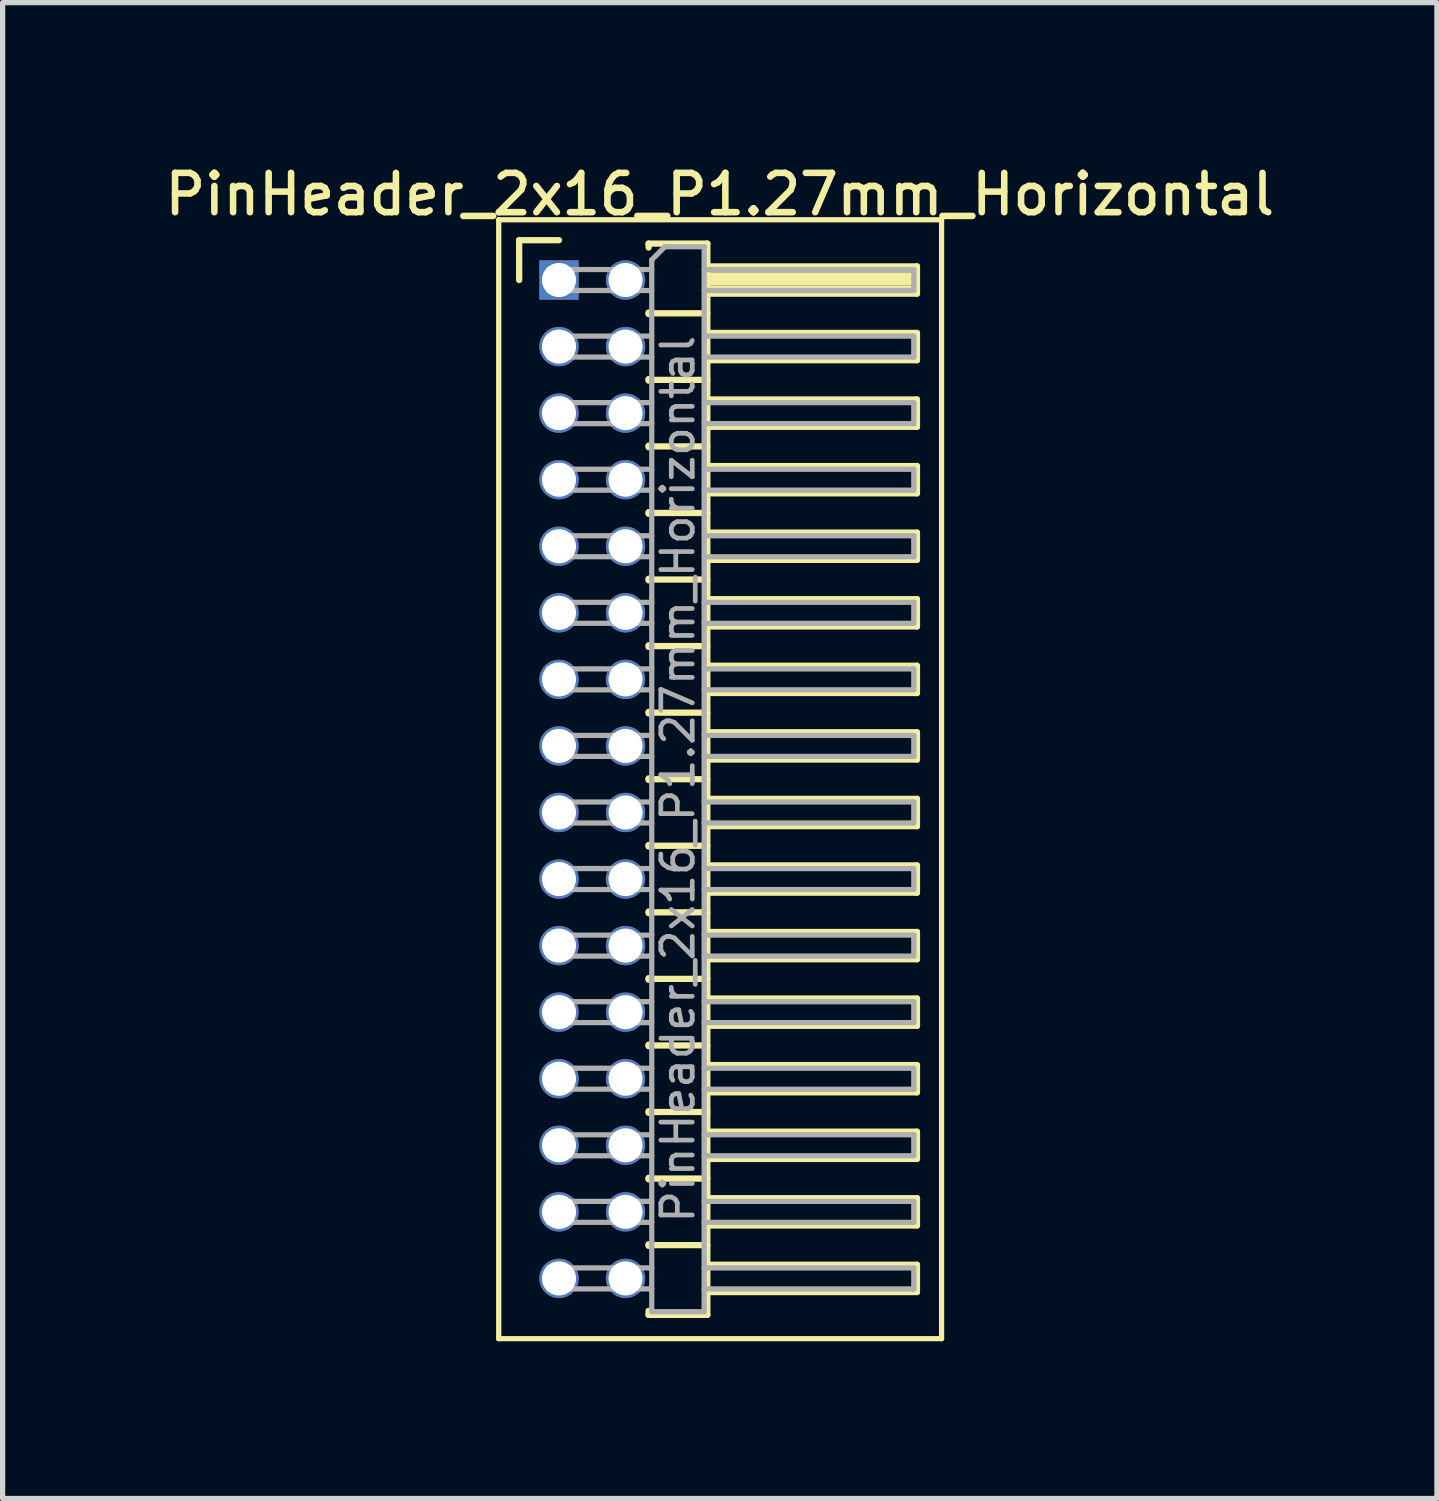
<source format=kicad_pcb>
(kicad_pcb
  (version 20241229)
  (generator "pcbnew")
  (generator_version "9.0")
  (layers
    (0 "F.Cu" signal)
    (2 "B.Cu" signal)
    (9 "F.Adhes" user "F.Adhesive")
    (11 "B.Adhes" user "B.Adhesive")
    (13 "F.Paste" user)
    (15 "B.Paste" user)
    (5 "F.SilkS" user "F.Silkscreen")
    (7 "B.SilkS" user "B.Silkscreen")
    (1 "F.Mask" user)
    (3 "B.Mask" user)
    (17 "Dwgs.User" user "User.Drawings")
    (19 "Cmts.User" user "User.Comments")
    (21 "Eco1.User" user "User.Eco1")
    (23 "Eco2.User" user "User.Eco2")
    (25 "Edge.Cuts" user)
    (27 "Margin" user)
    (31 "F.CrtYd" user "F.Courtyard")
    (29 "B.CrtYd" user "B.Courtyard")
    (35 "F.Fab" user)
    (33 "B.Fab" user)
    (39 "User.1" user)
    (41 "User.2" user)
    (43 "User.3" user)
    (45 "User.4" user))
  (footprint "PinHeader_2x16_P1.27mm_Horizontal"
    (layer "F.Cu")
    (at 7.616 2.293)
    (property "Reference" "PinHeader_2x16_P1.27mm_Horizontal" (at 3.067 -1.635 0) (layer "F.SilkS") (effects (font (size 0.75 0.75) (thickness 0.125))))
    (attr through_hole)
    (fp_line (start -1.15 -1.15) (end -1.15 20.2) (stroke (width 0.1) (type solid)) (layer "F.SilkS"))
    (fp_line (start -1.15 20.2) (end 7.3 20.2) (stroke (width 0.1) (type solid)) (layer "F.SilkS"))
    (fp_line (start -0.76 -0.76) (end 0 -0.76) (stroke (width 0.12) (type solid)) (layer "F.SilkS"))
    (fp_line (start -0.76 0) (end -0.76 -0.76) (stroke (width 0.12) (type solid)) (layer "F.SilkS"))
    (fp_line (start 1.71 -0.695) (end 2.83 -0.695) (stroke (width 0.12) (type solid)) (layer "F.SilkS"))
    (fp_line (start 1.71 -0.62) (end 1.71 -0.695) (stroke (width 0.12) (type solid)) (layer "F.SilkS"))
    (fp_line (start 1.71 0.62) (end 1.71 0.65) (stroke (width 0.12) (type solid)) (layer "F.SilkS"))
    (fp_line (start 1.71 0.635) (end 2.83 0.635) (stroke (width 0.12) (type solid)) (layer "F.SilkS"))
    (fp_line (start 1.71 1.89) (end 1.71 1.92) (stroke (width 0.12) (type solid)) (layer "F.SilkS"))
    (fp_line (start 1.71 1.905) (end 2.83 1.905) (stroke (width 0.12) (type solid)) (layer "F.SilkS"))
    (fp_line (start 1.71 3.16) (end 1.71 3.19) (stroke (width 0.12) (type solid)) (layer "F.SilkS"))
    (fp_line (start 1.71 3.175) (end 2.83 3.175) (stroke (width 0.12) (type solid)) (layer "F.SilkS"))
    (fp_line (start 1.71 4.43) (end 1.71 4.46) (stroke (width 0.12) (type solid)) (layer "F.SilkS"))
    (fp_line (start 1.71 4.445) (end 2.83 4.445) (stroke (width 0.12) (type solid)) (layer "F.SilkS"))
    (fp_line (start 1.71 5.7) (end 1.71 5.73) (stroke (width 0.12) (type solid)) (layer "F.SilkS"))
    (fp_line (start 1.71 5.715) (end 2.83 5.715) (stroke (width 0.12) (type solid)) (layer "F.SilkS"))
    (fp_line (start 1.71 6.97) (end 1.71 7) (stroke (width 0.12) (type solid)) (layer "F.SilkS"))
    (fp_line (start 1.71 6.985) (end 2.83 6.985) (stroke (width 0.12) (type solid)) (layer "F.SilkS"))
    (fp_line (start 1.71 8.24) (end 1.71 8.27) (stroke (width 0.12) (type solid)) (layer "F.SilkS"))
    (fp_line (start 1.71 8.255) (end 2.83 8.255) (stroke (width 0.12) (type solid)) (layer "F.SilkS"))
    (fp_line (start 1.71 9.51) (end 1.71 9.54) (stroke (width 0.12) (type solid)) (layer "F.SilkS"))
    (fp_line (start 1.71 9.525) (end 2.83 9.525) (stroke (width 0.12) (type solid)) (layer "F.SilkS"))
    (fp_line (start 1.71 10.78) (end 1.71 10.81) (stroke (width 0.12) (type solid)) (layer "F.SilkS"))
    (fp_line (start 1.71 10.795) (end 2.83 10.795) (stroke (width 0.12) (type solid)) (layer "F.SilkS"))
    (fp_line (start 1.71 12.05) (end 1.71 12.08) (stroke (width 0.12) (type solid)) (layer "F.SilkS"))
    (fp_line (start 1.71 12.065) (end 2.83 12.065) (stroke (width 0.12) (type solid)) (layer "F.SilkS"))
    (fp_line (start 1.71 13.32) (end 1.71 13.35) (stroke (width 0.12) (type solid)) (layer "F.SilkS"))
    (fp_line (start 1.71 13.335) (end 2.83 13.335) (stroke (width 0.12) (type solid)) (layer "F.SilkS"))
    (fp_line (start 1.71 14.59) (end 1.71 14.62) (stroke (width 0.12) (type solid)) (layer "F.SilkS"))
    (fp_line (start 1.71 14.605) (end 2.83 14.605) (stroke (width 0.12) (type solid)) (layer "F.SilkS"))
    (fp_line (start 1.71 15.86) (end 1.71 15.89) (stroke (width 0.12) (type solid)) (layer "F.SilkS"))
    (fp_line (start 1.71 15.875) (end 2.83 15.875) (stroke (width 0.12) (type solid)) (layer "F.SilkS"))
    (fp_line (start 1.71 17.13) (end 1.71 17.16) (stroke (width 0.12) (type solid)) (layer "F.SilkS"))
    (fp_line (start 1.71 17.145) (end 2.83 17.145) (stroke (width 0.12) (type solid)) (layer "F.SilkS"))
    (fp_line (start 1.71 18.4) (end 1.71 18.43) (stroke (width 0.12) (type solid)) (layer "F.SilkS"))
    (fp_line (start 1.71 18.415) (end 2.83 18.415) (stroke (width 0.12) (type solid)) (layer "F.SilkS"))
    (fp_line (start 1.71 19.745) (end 1.71 19.67) (stroke (width 0.12) (type solid)) (layer "F.SilkS"))
    (fp_line (start 2.83 -0.695) (end 2.83 19.745) (stroke (width 0.12) (type solid)) (layer "F.SilkS"))
    (fp_line (start 2.83 -0.26) (end 6.83 -0.26) (stroke (width 0.12) (type solid)) (layer "F.SilkS"))
    (fp_line (start 2.83 -0.2) (end 6.83 -0.2) (stroke (width 0.12) (type solid)) (layer "F.SilkS"))
    (fp_line (start 2.83 -0.08) (end 6.83 -0.08) (stroke (width 0.12) (type solid)) (layer "F.SilkS"))
    (fp_line (start 2.83 0.04) (end 6.83 0.04) (stroke (width 0.12) (type solid)) (layer "F.SilkS"))
    (fp_line (start 2.83 0.16) (end 6.83 0.16) (stroke (width 0.12) (type solid)) (layer "F.SilkS"))
    (fp_line (start 2.83 1.01) (end 6.83 1.01) (stroke (width 0.12) (type solid)) (layer "F.SilkS"))
    (fp_line (start 2.83 2.28) (end 6.83 2.28) (stroke (width 0.12) (type solid)) (layer "F.SilkS"))
    (fp_line (start 2.83 3.55) (end 6.83 3.55) (stroke (width 0.12) (type solid)) (layer "F.SilkS"))
    (fp_line (start 2.83 4.82) (end 6.83 4.82) (stroke (width 0.12) (type solid)) (layer "F.SilkS"))
    (fp_line (start 2.83 6.09) (end 6.83 6.09) (stroke (width 0.12) (type solid)) (layer "F.SilkS"))
    (fp_line (start 2.83 7.36) (end 6.83 7.36) (stroke (width 0.12) (type solid)) (layer "F.SilkS"))
    (fp_line (start 2.83 8.63) (end 6.83 8.63) (stroke (width 0.12) (type solid)) (layer "F.SilkS"))
    (fp_line (start 2.83 9.9) (end 6.83 9.9) (stroke (width 0.12) (type solid)) (layer "F.SilkS"))
    (fp_line (start 2.83 11.17) (end 6.83 11.17) (stroke (width 0.12) (type solid)) (layer "F.SilkS"))
    (fp_line (start 2.83 12.44) (end 6.83 12.44) (stroke (width 0.12) (type solid)) (layer "F.SilkS"))
    (fp_line (start 2.83 13.71) (end 6.83 13.71) (stroke (width 0.12) (type solid)) (layer "F.SilkS"))
    (fp_line (start 2.83 14.98) (end 6.83 14.98) (stroke (width 0.12) (type solid)) (layer "F.SilkS"))
    (fp_line (start 2.83 16.25) (end 6.83 16.25) (stroke (width 0.12) (type solid)) (layer "F.SilkS"))
    (fp_line (start 2.83 17.52) (end 6.83 17.52) (stroke (width 0.12) (type solid)) (layer "F.SilkS"))
    (fp_line (start 2.83 18.79) (end 6.83 18.79) (stroke (width 0.12) (type solid)) (layer "F.SilkS"))
    (fp_line (start 2.83 19.745) (end 1.71 19.745) (stroke (width 0.12) (type solid)) (layer "F.SilkS"))
    (fp_line (start 6.83 -0.26) (end 6.83 0.26) (stroke (width 0.12) (type solid)) (layer "F.SilkS"))
    (fp_line (start 6.83 0.26) (end 2.83 0.26) (stroke (width 0.12) (type solid)) (layer "F.SilkS"))
    (fp_line (start 6.83 1.01) (end 6.83 1.53) (stroke (width 0.12) (type solid)) (layer "F.SilkS"))
    (fp_line (start 6.83 1.53) (end 2.83 1.53) (stroke (width 0.12) (type solid)) (layer "F.SilkS"))
    (fp_line (start 6.83 2.28) (end 6.83 2.8) (stroke (width 0.12) (type solid)) (layer "F.SilkS"))
    (fp_line (start 6.83 2.8) (end 2.83 2.8) (stroke (width 0.12) (type solid)) (layer "F.SilkS"))
    (fp_line (start 6.83 3.55) (end 6.83 4.07) (stroke (width 0.12) (type solid)) (layer "F.SilkS"))
    (fp_line (start 6.83 4.07) (end 2.83 4.07) (stroke (width 0.12) (type solid)) (layer "F.SilkS"))
    (fp_line (start 6.83 4.82) (end 6.83 5.34) (stroke (width 0.12) (type solid)) (layer "F.SilkS"))
    (fp_line (start 6.83 5.34) (end 2.83 5.34) (stroke (width 0.12) (type solid)) (layer "F.SilkS"))
    (fp_line (start 6.83 6.09) (end 6.83 6.61) (stroke (width 0.12) (type solid)) (layer "F.SilkS"))
    (fp_line (start 6.83 6.61) (end 2.83 6.61) (stroke (width 0.12) (type solid)) (layer "F.SilkS"))
    (fp_line (start 6.83 7.36) (end 6.83 7.88) (stroke (width 0.12) (type solid)) (layer "F.SilkS"))
    (fp_line (start 6.83 7.88) (end 2.83 7.88) (stroke (width 0.12) (type solid)) (layer "F.SilkS"))
    (fp_line (start 6.83 8.63) (end 6.83 9.15) (stroke (width 0.12) (type solid)) (layer "F.SilkS"))
    (fp_line (start 6.83 9.15) (end 2.83 9.15) (stroke (width 0.12) (type solid)) (layer "F.SilkS"))
    (fp_line (start 6.83 9.9) (end 6.83 10.42) (stroke (width 0.12) (type solid)) (layer "F.SilkS"))
    (fp_line (start 6.83 10.42) (end 2.83 10.42) (stroke (width 0.12) (type solid)) (layer "F.SilkS"))
    (fp_line (start 6.83 11.17) (end 6.83 11.69) (stroke (width 0.12) (type solid)) (layer "F.SilkS"))
    (fp_line (start 6.83 11.69) (end 2.83 11.69) (stroke (width 0.12) (type solid)) (layer "F.SilkS"))
    (fp_line (start 6.83 12.44) (end 6.83 12.96) (stroke (width 0.12) (type solid)) (layer "F.SilkS"))
    (fp_line (start 6.83 12.96) (end 2.83 12.96) (stroke (width 0.12) (type solid)) (layer "F.SilkS"))
    (fp_line (start 6.83 13.71) (end 6.83 14.23) (stroke (width 0.12) (type solid)) (layer "F.SilkS"))
    (fp_line (start 6.83 14.23) (end 2.83 14.23) (stroke (width 0.12) (type solid)) (layer "F.SilkS"))
    (fp_line (start 6.83 14.98) (end 6.83 15.5) (stroke (width 0.12) (type solid)) (layer "F.SilkS"))
    (fp_line (start 6.83 15.5) (end 2.83 15.5) (stroke (width 0.12) (type solid)) (layer "F.SilkS"))
    (fp_line (start 6.83 16.25) (end 6.83 16.77) (stroke (width 0.12) (type solid)) (layer "F.SilkS"))
    (fp_line (start 6.83 16.77) (end 2.83 16.77) (stroke (width 0.12) (type solid)) (layer "F.SilkS"))
    (fp_line (start 6.83 17.52) (end 6.83 18.04) (stroke (width 0.12) (type solid)) (layer "F.SilkS"))
    (fp_line (start 6.83 18.04) (end 2.83 18.04) (stroke (width 0.12) (type solid)) (layer "F.SilkS"))
    (fp_line (start 6.83 18.79) (end 6.83 19.31) (stroke (width 0.12) (type solid)) (layer "F.SilkS"))
    (fp_line (start 6.83 19.31) (end 2.83 19.31) (stroke (width 0.12) (type solid)) (layer "F.SilkS"))
    (fp_line (start 7.3 -1.15) (end -1.15 -1.15) (stroke (width 0.1) (type solid)) (layer "F.SilkS"))
    (fp_line (start 7.3 20.2) (end 7.3 -1.15) (stroke (width 0.1) (type solid)) (layer "F.SilkS"))
    (fp_line (start -0.2 -0.2) (end -0.2 0.2) (stroke (width 0.1) (type solid)) (layer "F.Fab"))
    (fp_line (start -0.2 -0.2) (end 1.77 -0.2) (stroke (width 0.1) (type solid)) (layer "F.Fab"))
    (fp_line (start -0.2 0.2) (end 1.77 0.2) (stroke (width 0.1) (type solid)) (layer "F.Fab"))
    (fp_line (start -0.2 1.07) (end -0.2 1.47) (stroke (width 0.1) (type solid)) (layer "F.Fab"))
    (fp_line (start -0.2 1.07) (end 1.77 1.07) (stroke (width 0.1) (type solid)) (layer "F.Fab"))
    (fp_line (start -0.2 1.47) (end 1.77 1.47) (stroke (width 0.1) (type solid)) (layer "F.Fab"))
    (fp_line (start -0.2 2.34) (end -0.2 2.74) (stroke (width 0.1) (type solid)) (layer "F.Fab"))
    (fp_line (start -0.2 2.34) (end 1.77 2.34) (stroke (width 0.1) (type solid)) (layer "F.Fab"))
    (fp_line (start -0.2 2.74) (end 1.77 2.74) (stroke (width 0.1) (type solid)) (layer "F.Fab"))
    (fp_line (start -0.2 3.61) (end -0.2 4.01) (stroke (width 0.1) (type solid)) (layer "F.Fab"))
    (fp_line (start -0.2 3.61) (end 1.77 3.61) (stroke (width 0.1) (type solid)) (layer "F.Fab"))
    (fp_line (start -0.2 4.01) (end 1.77 4.01) (stroke (width 0.1) (type solid)) (layer "F.Fab"))
    (fp_line (start -0.2 4.88) (end -0.2 5.28) (stroke (width 0.1) (type solid)) (layer "F.Fab"))
    (fp_line (start -0.2 4.88) (end 1.77 4.88) (stroke (width 0.1) (type solid)) (layer "F.Fab"))
    (fp_line (start -0.2 5.28) (end 1.77 5.28) (stroke (width 0.1) (type solid)) (layer "F.Fab"))
    (fp_line (start -0.2 6.15) (end -0.2 6.55) (stroke (width 0.1) (type solid)) (layer "F.Fab"))
    (fp_line (start -0.2 6.15) (end 1.77 6.15) (stroke (width 0.1) (type solid)) (layer "F.Fab"))
    (fp_line (start -0.2 6.55) (end 1.77 6.55) (stroke (width 0.1) (type solid)) (layer "F.Fab"))
    (fp_line (start -0.2 7.42) (end -0.2 7.82) (stroke (width 0.1) (type solid)) (layer "F.Fab"))
    (fp_line (start -0.2 7.42) (end 1.77 7.42) (stroke (width 0.1) (type solid)) (layer "F.Fab"))
    (fp_line (start -0.2 7.82) (end 1.77 7.82) (stroke (width 0.1) (type solid)) (layer "F.Fab"))
    (fp_line (start -0.2 8.69) (end -0.2 9.09) (stroke (width 0.1) (type solid)) (layer "F.Fab"))
    (fp_line (start -0.2 8.69) (end 1.77 8.69) (stroke (width 0.1) (type solid)) (layer "F.Fab"))
    (fp_line (start -0.2 9.09) (end 1.77 9.09) (stroke (width 0.1) (type solid)) (layer "F.Fab"))
    (fp_line (start -0.2 9.96) (end -0.2 10.36) (stroke (width 0.1) (type solid)) (layer "F.Fab"))
    (fp_line (start -0.2 9.96) (end 1.77 9.96) (stroke (width 0.1) (type solid)) (layer "F.Fab"))
    (fp_line (start -0.2 10.36) (end 1.77 10.36) (stroke (width 0.1) (type solid)) (layer "F.Fab"))
    (fp_line (start -0.2 11.23) (end -0.2 11.63) (stroke (width 0.1) (type solid)) (layer "F.Fab"))
    (fp_line (start -0.2 11.23) (end 1.77 11.23) (stroke (width 0.1) (type solid)) (layer "F.Fab"))
    (fp_line (start -0.2 11.63) (end 1.77 11.63) (stroke (width 0.1) (type solid)) (layer "F.Fab"))
    (fp_line (start -0.2 12.5) (end -0.2 12.9) (stroke (width 0.1) (type solid)) (layer "F.Fab"))
    (fp_line (start -0.2 12.5) (end 1.77 12.5) (stroke (width 0.1) (type solid)) (layer "F.Fab"))
    (fp_line (start -0.2 12.9) (end 1.77 12.9) (stroke (width 0.1) (type solid)) (layer "F.Fab"))
    (fp_line (start -0.2 13.77) (end -0.2 14.17) (stroke (width 0.1) (type solid)) (layer "F.Fab"))
    (fp_line (start -0.2 13.77) (end 1.77 13.77) (stroke (width 0.1) (type solid)) (layer "F.Fab"))
    (fp_line (start -0.2 14.17) (end 1.77 14.17) (stroke (width 0.1) (type solid)) (layer "F.Fab"))
    (fp_line (start -0.2 15.04) (end -0.2 15.44) (stroke (width 0.1) (type solid)) (layer "F.Fab"))
    (fp_line (start -0.2 15.04) (end 1.77 15.04) (stroke (width 0.1) (type solid)) (layer "F.Fab"))
    (fp_line (start -0.2 15.44) (end 1.77 15.44) (stroke (width 0.1) (type solid)) (layer "F.Fab"))
    (fp_line (start -0.2 16.31) (end -0.2 16.71) (stroke (width 0.1) (type solid)) (layer "F.Fab"))
    (fp_line (start -0.2 16.31) (end 1.77 16.31) (stroke (width 0.1) (type solid)) (layer "F.Fab"))
    (fp_line (start -0.2 16.71) (end 1.77 16.71) (stroke (width 0.1) (type solid)) (layer "F.Fab"))
    (fp_line (start -0.2 17.58) (end -0.2 17.98) (stroke (width 0.1) (type solid)) (layer "F.Fab"))
    (fp_line (start -0.2 17.58) (end 1.77 17.58) (stroke (width 0.1) (type solid)) (layer "F.Fab"))
    (fp_line (start -0.2 17.98) (end 1.77 17.98) (stroke (width 0.1) (type solid)) (layer "F.Fab"))
    (fp_line (start -0.2 18.85) (end -0.2 19.25) (stroke (width 0.1) (type solid)) (layer "F.Fab"))
    (fp_line (start -0.2 18.85) (end 1.77 18.85) (stroke (width 0.1) (type solid)) (layer "F.Fab"))
    (fp_line (start -0.2 19.25) (end 1.77 19.25) (stroke (width 0.1) (type solid)) (layer "F.Fab"))
    (fp_line (start 1.77 -0.385) (end 2.02 -0.635) (stroke (width 0.1) (type solid)) (layer "F.Fab"))
    (fp_line (start 1.77 19.685) (end 1.77 -0.385) (stroke (width 0.1) (type solid)) (layer "F.Fab"))
    (fp_line (start 2.02 -0.635) (end 2.77 -0.635) (stroke (width 0.1) (type solid)) (layer "F.Fab"))
    (fp_line (start 2.77 -0.635) (end 2.77 19.685) (stroke (width 0.1) (type solid)) (layer "F.Fab"))
    (fp_line (start 2.77 -0.2) (end 6.77 -0.2) (stroke (width 0.1) (type solid)) (layer "F.Fab"))
    (fp_line (start 2.77 0.2) (end 6.77 0.2) (stroke (width 0.1) (type solid)) (layer "F.Fab"))
    (fp_line (start 2.77 1.07) (end 6.77 1.07) (stroke (width 0.1) (type solid)) (layer "F.Fab"))
    (fp_line (start 2.77 1.47) (end 6.77 1.47) (stroke (width 0.1) (type solid)) (layer "F.Fab"))
    (fp_line (start 2.77 2.34) (end 6.77 2.34) (stroke (width 0.1) (type solid)) (layer "F.Fab"))
    (fp_line (start 2.77 2.74) (end 6.77 2.74) (stroke (width 0.1) (type solid)) (layer "F.Fab"))
    (fp_line (start 2.77 3.61) (end 6.77 3.61) (stroke (width 0.1) (type solid)) (layer "F.Fab"))
    (fp_line (start 2.77 4.01) (end 6.77 4.01) (stroke (width 0.1) (type solid)) (layer "F.Fab"))
    (fp_line (start 2.77 4.88) (end 6.77 4.88) (stroke (width 0.1) (type solid)) (layer "F.Fab"))
    (fp_line (start 2.77 5.28) (end 6.77 5.28) (stroke (width 0.1) (type solid)) (layer "F.Fab"))
    (fp_line (start 2.77 6.15) (end 6.77 6.15) (stroke (width 0.1) (type solid)) (layer "F.Fab"))
    (fp_line (start 2.77 6.55) (end 6.77 6.55) (stroke (width 0.1) (type solid)) (layer "F.Fab"))
    (fp_line (start 2.77 7.42) (end 6.77 7.42) (stroke (width 0.1) (type solid)) (layer "F.Fab"))
    (fp_line (start 2.77 7.82) (end 6.77 7.82) (stroke (width 0.1) (type solid)) (layer "F.Fab"))
    (fp_line (start 2.77 8.69) (end 6.77 8.69) (stroke (width 0.1) (type solid)) (layer "F.Fab"))
    (fp_line (start 2.77 9.09) (end 6.77 9.09) (stroke (width 0.1) (type solid)) (layer "F.Fab"))
    (fp_line (start 2.77 9.96) (end 6.77 9.96) (stroke (width 0.1) (type solid)) (layer "F.Fab"))
    (fp_line (start 2.77 10.36) (end 6.77 10.36) (stroke (width 0.1) (type solid)) (layer "F.Fab"))
    (fp_line (start 2.77 11.23) (end 6.77 11.23) (stroke (width 0.1) (type solid)) (layer "F.Fab"))
    (fp_line (start 2.77 11.63) (end 6.77 11.63) (stroke (width 0.1) (type solid)) (layer "F.Fab"))
    (fp_line (start 2.77 12.5) (end 6.77 12.5) (stroke (width 0.1) (type solid)) (layer "F.Fab"))
    (fp_line (start 2.77 12.9) (end 6.77 12.9) (stroke (width 0.1) (type solid)) (layer "F.Fab"))
    (fp_line (start 2.77 13.77) (end 6.77 13.77) (stroke (width 0.1) (type solid)) (layer "F.Fab"))
    (fp_line (start 2.77 14.17) (end 6.77 14.17) (stroke (width 0.1) (type solid)) (layer "F.Fab"))
    (fp_line (start 2.77 15.04) (end 6.77 15.04) (stroke (width 0.1) (type solid)) (layer "F.Fab"))
    (fp_line (start 2.77 15.44) (end 6.77 15.44) (stroke (width 0.1) (type solid)) (layer "F.Fab"))
    (fp_line (start 2.77 16.31) (end 6.77 16.31) (stroke (width 0.1) (type solid)) (layer "F.Fab"))
    (fp_line (start 2.77 16.71) (end 6.77 16.71) (stroke (width 0.1) (type solid)) (layer "F.Fab"))
    (fp_line (start 2.77 17.58) (end 6.77 17.58) (stroke (width 0.1) (type solid)) (layer "F.Fab"))
    (fp_line (start 2.77 17.98) (end 6.77 17.98) (stroke (width 0.1) (type solid)) (layer "F.Fab"))
    (fp_line (start 2.77 18.85) (end 6.77 18.85) (stroke (width 0.1) (type solid)) (layer "F.Fab"))
    (fp_line (start 2.77 19.25) (end 6.77 19.25) (stroke (width 0.1) (type solid)) (layer "F.Fab"))
    (fp_line (start 2.77 19.685) (end 1.77 19.685) (stroke (width 0.1) (type solid)) (layer "F.Fab"))
    (fp_line (start 6.77 -0.2) (end 6.77 0.2) (stroke (width 0.1) (type solid)) (layer "F.Fab"))
    (fp_line (start 6.77 1.07) (end 6.77 1.47) (stroke (width 0.1) (type solid)) (layer "F.Fab"))
    (fp_line (start 6.77 2.34) (end 6.77 2.74) (stroke (width 0.1) (type solid)) (layer "F.Fab"))
    (fp_line (start 6.77 3.61) (end 6.77 4.01) (stroke (width 0.1) (type solid)) (layer "F.Fab"))
    (fp_line (start 6.77 4.88) (end 6.77 5.28) (stroke (width 0.1) (type solid)) (layer "F.Fab"))
    (fp_line (start 6.77 6.15) (end 6.77 6.55) (stroke (width 0.1) (type solid)) (layer "F.Fab"))
    (fp_line (start 6.77 7.42) (end 6.77 7.82) (stroke (width 0.1) (type solid)) (layer "F.Fab"))
    (fp_line (start 6.77 8.69) (end 6.77 9.09) (stroke (width 0.1) (type solid)) (layer "F.Fab"))
    (fp_line (start 6.77 9.96) (end 6.77 10.36) (stroke (width 0.1) (type solid)) (layer "F.Fab"))
    (fp_line (start 6.77 11.23) (end 6.77 11.63) (stroke (width 0.1) (type solid)) (layer "F.Fab"))
    (fp_line (start 6.77 12.5) (end 6.77 12.9) (stroke (width 0.1) (type solid)) (layer "F.Fab"))
    (fp_line (start 6.77 13.77) (end 6.77 14.17) (stroke (width 0.1) (type solid)) (layer "F.Fab"))
    (fp_line (start 6.77 15.04) (end 6.77 15.44) (stroke (width 0.1) (type solid)) (layer "F.Fab"))
    (fp_line (start 6.77 16.31) (end 6.77 16.71) (stroke (width 0.1) (type solid)) (layer "F.Fab"))
    (fp_line (start 6.77 17.58) (end 6.77 17.98) (stroke (width 0.1) (type solid)) (layer "F.Fab"))
    (fp_line (start 6.77 18.85) (end 6.77 19.25) (stroke (width 0.1) (type solid)) (layer "F.Fab"))
    (fp_text user "${REFERENCE}" (at 2.27 9.525 90) (layer "F.Fab") (effects (font (size 0.6 0.6) (thickness 0.09))))
    (pad "1" thru_hole rect (at 0 0) (size 0.75 0.75) (drill 0.65) (layers "*.Cu" "*.Mask"))
    (pad "2" thru_hole oval (at 1.27 0) (size 0.75 0.75) (drill 0.65) (layers "*.Cu" "*.Mask"))
    (pad "3" thru_hole oval (at 0 1.27) (size 0.75 0.75) (drill 0.65) (layers "*.Cu" "*.Mask"))
    (pad "4" thru_hole oval (at 1.27 1.27) (size 0.75 0.75) (drill 0.65) (layers "*.Cu" "*.Mask"))
    (pad "5" thru_hole oval (at 0 2.54) (size 0.75 0.75) (drill 0.65) (layers "*.Cu" "*.Mask"))
    (pad "6" thru_hole oval (at 1.27 2.54) (size 0.75 0.75) (drill 0.65) (layers "*.Cu" "*.Mask"))
    (pad "7" thru_hole oval (at 0 3.81) (size 0.75 0.75) (drill 0.65) (layers "*.Cu" "*.Mask"))
    (pad "8" thru_hole oval (at 1.27 3.81) (size 0.75 0.75) (drill 0.65) (layers "*.Cu" "*.Mask"))
    (pad "9" thru_hole oval (at 0 5.08) (size 0.75 0.75) (drill 0.65) (layers "*.Cu" "*.Mask"))
    (pad "10" thru_hole oval (at 1.27 5.08) (size 0.75 0.75) (drill 0.65) (layers "*.Cu" "*.Mask"))
    (pad "11" thru_hole oval (at 0 6.35) (size 0.75 0.75) (drill 0.65) (layers "*.Cu" "*.Mask"))
    (pad "12" thru_hole oval (at 1.27 6.35) (size 0.75 0.75) (drill 0.65) (layers "*.Cu" "*.Mask"))
    (pad "13" thru_hole oval (at 0 7.62) (size 0.75 0.75) (drill 0.65) (layers "*.Cu" "*.Mask"))
    (pad "14" thru_hole oval (at 1.27 7.62) (size 0.75 0.75) (drill 0.65) (layers "*.Cu" "*.Mask"))
    (pad "15" thru_hole oval (at 0 8.89) (size 0.75 0.75) (drill 0.65) (layers "*.Cu" "*.Mask"))
    (pad "16" thru_hole oval (at 1.27 8.89) (size 0.75 0.75) (drill 0.65) (layers "*.Cu" "*.Mask"))
    (pad "17" thru_hole oval (at 0 10.16) (size 0.75 0.75) (drill 0.65) (layers "*.Cu" "*.Mask"))
    (pad "18" thru_hole oval (at 1.27 10.16) (size 0.75 0.75) (drill 0.65) (layers "*.Cu" "*.Mask"))
    (pad "19" thru_hole oval (at 0 11.43) (size 0.75 0.75) (drill 0.65) (layers "*.Cu" "*.Mask"))
    (pad "20" thru_hole oval (at 1.27 11.43) (size 0.75 0.75) (drill 0.65) (layers "*.Cu" "*.Mask"))
    (pad "21" thru_hole oval (at 0 12.7) (size 0.75 0.75) (drill 0.65) (layers "*.Cu" "*.Mask"))
    (pad "22" thru_hole oval (at 1.27 12.7) (size 0.75 0.75) (drill 0.65) (layers "*.Cu" "*.Mask"))
    (pad "23" thru_hole oval (at 0 13.97) (size 0.75 0.75) (drill 0.65) (layers "*.Cu" "*.Mask"))
    (pad "24" thru_hole oval (at 1.27 13.97) (size 0.75 0.75) (drill 0.65) (layers "*.Cu" "*.Mask"))
    (pad "25" thru_hole oval (at 0 15.24) (size 0.75 0.75) (drill 0.65) (layers "*.Cu" "*.Mask"))
    (pad "26" thru_hole oval (at 1.27 15.24) (size 0.75 0.75) (drill 0.65) (layers "*.Cu" "*.Mask"))
    (pad "27" thru_hole oval (at 0 16.51) (size 0.75 0.75) (drill 0.65) (layers "*.Cu" "*.Mask"))
    (pad "28" thru_hole oval (at 1.27 16.51) (size 0.75 0.75) (drill 0.65) (layers "*.Cu" "*.Mask"))
    (pad "29" thru_hole oval (at 0 17.78) (size 0.75 0.75) (drill 0.65) (layers "*.Cu" "*.Mask"))
    (pad "30" thru_hole oval (at 1.27 17.78) (size 0.75 0.75) (drill 0.65) (layers "*.Cu" "*.Mask"))
    (pad "31" thru_hole oval (at 0 19.05) (size 0.75 0.75) (drill 0.65) (layers "*.Cu" "*.Mask"))
    (pad "32" thru_hole oval (at 1.27 19.05) (size 0.75 0.75) (drill 0.65) (layers "*.Cu" "*.Mask")))
  (gr_rect
    (start -3 -3)
    (end 24.368 25.543)
    (stroke (width 0.1) (type default))
    (fill no)
    (layer "Edge.Cuts")))
</source>
